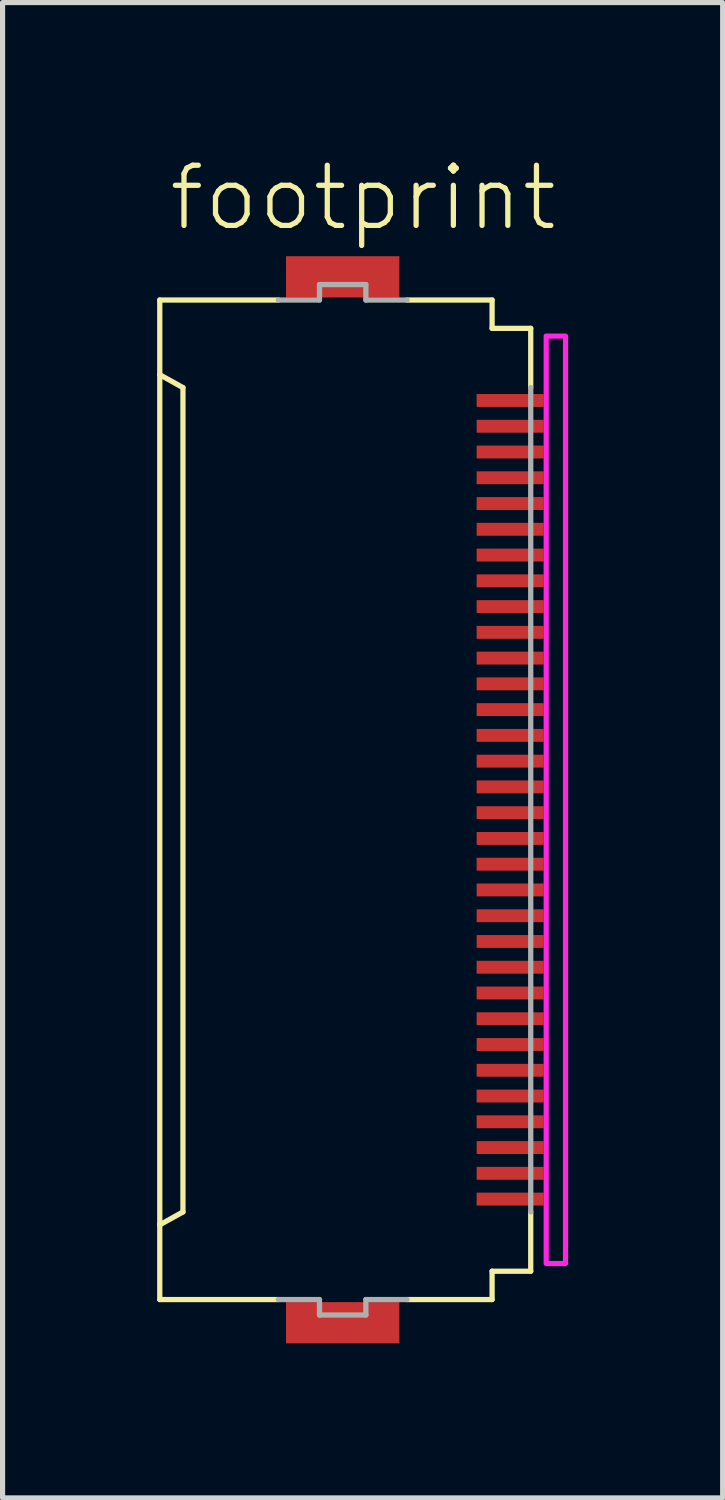
<source format=kicad_pcb>
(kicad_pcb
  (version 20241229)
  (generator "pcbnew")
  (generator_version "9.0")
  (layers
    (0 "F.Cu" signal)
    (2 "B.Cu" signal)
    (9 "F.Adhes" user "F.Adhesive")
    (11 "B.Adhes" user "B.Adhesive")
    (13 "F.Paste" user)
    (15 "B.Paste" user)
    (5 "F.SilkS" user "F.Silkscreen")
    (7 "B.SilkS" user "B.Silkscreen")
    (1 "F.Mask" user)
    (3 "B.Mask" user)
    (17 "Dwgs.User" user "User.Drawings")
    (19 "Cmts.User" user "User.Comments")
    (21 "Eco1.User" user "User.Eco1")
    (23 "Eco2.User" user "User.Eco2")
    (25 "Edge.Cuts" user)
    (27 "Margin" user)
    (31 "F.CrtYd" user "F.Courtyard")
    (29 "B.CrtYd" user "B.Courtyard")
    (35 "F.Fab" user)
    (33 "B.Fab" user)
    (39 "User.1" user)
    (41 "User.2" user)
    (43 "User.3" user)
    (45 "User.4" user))
  (footprint "footprint"
    (layer "F.Cu")
    (at 3.676 12.473)
    (property "Reference" "footprint" (at -3.5 -11 0) (layer "F.SilkS") (effects (font (size 1.168 1.168) (thickness 0.102)) (justify left bottom)))
    (fp_poly (pts (xy 2.475 -7.575) (xy 3.875 -7.575) (xy 3.875 -7.925) (xy 2.475 -7.925)) (stroke (width 0) (type solid)) (fill yes) (layer "F.Mask"))
    (fp_poly (pts (xy 2.475 -7.075) (xy 3.875 -7.075) (xy 3.875 -7.425) (xy 2.475 -7.425)) (stroke (width 0) (type solid)) (fill yes) (layer "F.Mask"))
    (fp_poly (pts (xy 2.475 -6.575) (xy 3.875 -6.575) (xy 3.875 -6.925) (xy 2.475 -6.925)) (stroke (width 0) (type solid)) (fill yes) (layer "F.Mask"))
    (fp_poly (pts (xy 2.475 -6.075) (xy 3.875 -6.075) (xy 3.875 -6.425) (xy 2.475 -6.425)) (stroke (width 0) (type solid)) (fill yes) (layer "F.Mask"))
    (fp_poly (pts (xy 2.475 -5.575) (xy 3.875 -5.575) (xy 3.875 -5.925) (xy 2.475 -5.925)) (stroke (width 0) (type solid)) (fill yes) (layer "F.Mask"))
    (fp_poly (pts (xy 2.475 -5.075) (xy 3.875 -5.075) (xy 3.875 -5.425) (xy 2.475 -5.425)) (stroke (width 0) (type solid)) (fill yes) (layer "F.Mask"))
    (fp_poly (pts (xy 2.475 -4.575) (xy 3.875 -4.575) (xy 3.875 -4.925) (xy 2.475 -4.925)) (stroke (width 0) (type solid)) (fill yes) (layer "F.Mask"))
    (fp_poly (pts (xy 2.475 -4.075) (xy 3.875 -4.075) (xy 3.875 -4.425) (xy 2.475 -4.425)) (stroke (width 0) (type solid)) (fill yes) (layer "F.Mask"))
    (fp_poly (pts (xy 2.475 -3.575) (xy 3.875 -3.575) (xy 3.875 -3.925) (xy 2.475 -3.925)) (stroke (width 0) (type solid)) (fill yes) (layer "F.Mask"))
    (fp_poly (pts (xy 2.475 -3.075) (xy 3.875 -3.075) (xy 3.875 -3.425) (xy 2.475 -3.425)) (stroke (width 0) (type solid)) (fill yes) (layer "F.Mask"))
    (fp_poly (pts (xy 2.475 -2.575) (xy 3.875 -2.575) (xy 3.875 -2.925) (xy 2.475 -2.925)) (stroke (width 0) (type solid)) (fill yes) (layer "F.Mask"))
    (fp_poly (pts (xy 2.475 -2.075) (xy 3.875 -2.075) (xy 3.875 -2.425) (xy 2.475 -2.425)) (stroke (width 0) (type solid)) (fill yes) (layer "F.Mask"))
    (fp_poly (pts (xy 2.475 -1.575) (xy 3.875 -1.575) (xy 3.875 -1.925) (xy 2.475 -1.925)) (stroke (width 0) (type solid)) (fill yes) (layer "F.Mask"))
    (fp_poly (pts (xy 2.475 -1.075) (xy 3.875 -1.075) (xy 3.875 -1.425) (xy 2.475 -1.425)) (stroke (width 0) (type solid)) (fill yes) (layer "F.Mask"))
    (fp_poly (pts (xy 2.475 -0.575) (xy 3.875 -0.575) (xy 3.875 -0.925) (xy 2.475 -0.925)) (stroke (width 0) (type solid)) (fill yes) (layer "F.Mask"))
    (fp_poly (pts (xy 2.475 -0.075) (xy 3.875 -0.075) (xy 3.875 -0.425) (xy 2.475 -0.425)) (stroke (width 0) (type solid)) (fill yes) (layer "F.Mask"))
    (fp_poly (pts (xy 2.475 0.425) (xy 3.875 0.425) (xy 3.875 0.075) (xy 2.475 0.075)) (stroke (width 0) (type solid)) (fill yes) (layer "F.Mask"))
    (fp_poly (pts (xy 2.475 0.925) (xy 3.875 0.925) (xy 3.875 0.575) (xy 2.475 0.575)) (stroke (width 0) (type solid)) (fill yes) (layer "F.Mask"))
    (fp_poly (pts (xy 2.475 1.425) (xy 3.875 1.425) (xy 3.875 1.075) (xy 2.475 1.075)) (stroke (width 0) (type solid)) (fill yes) (layer "F.Mask"))
    (fp_poly (pts (xy 2.475 1.925) (xy 3.875 1.925) (xy 3.875 1.575) (xy 2.475 1.575)) (stroke (width 0) (type solid)) (fill yes) (layer "F.Mask"))
    (fp_poly (pts (xy 2.475 2.425) (xy 3.875 2.425) (xy 3.875 2.075) (xy 2.475 2.075)) (stroke (width 0) (type solid)) (fill yes) (layer "F.Mask"))
    (fp_poly (pts (xy 2.475 2.925) (xy 3.875 2.925) (xy 3.875 2.575) (xy 2.475 2.575)) (stroke (width 0) (type solid)) (fill yes) (layer "F.Mask"))
    (fp_poly (pts (xy 2.475 3.425) (xy 3.875 3.425) (xy 3.875 3.075) (xy 2.475 3.075)) (stroke (width 0) (type solid)) (fill yes) (layer "F.Mask"))
    (fp_poly (pts (xy 2.475 3.925) (xy 3.875 3.925) (xy 3.875 3.575) (xy 2.475 3.575)) (stroke (width 0) (type solid)) (fill yes) (layer "F.Mask"))
    (fp_poly (pts (xy 2.475 4.425) (xy 3.875 4.425) (xy 3.875 4.075) (xy 2.475 4.075)) (stroke (width 0) (type solid)) (fill yes) (layer "F.Mask"))
    (fp_poly (pts (xy 2.475 4.925) (xy 3.875 4.925) (xy 3.875 4.575) (xy 2.475 4.575)) (stroke (width 0) (type solid)) (fill yes) (layer "F.Mask"))
    (fp_poly (pts (xy 2.475 5.425) (xy 3.875 5.425) (xy 3.875 5.075) (xy 2.475 5.075)) (stroke (width 0) (type solid)) (fill yes) (layer "F.Mask"))
    (fp_poly (pts (xy 2.475 5.925) (xy 3.875 5.925) (xy 3.875 5.575) (xy 2.475 5.575)) (stroke (width 0) (type solid)) (fill yes) (layer "F.Mask"))
    (fp_poly (pts (xy 2.475 6.425) (xy 3.875 6.425) (xy 3.875 6.075) (xy 2.475 6.075)) (stroke (width 0) (type solid)) (fill yes) (layer "F.Mask"))
    (fp_poly (pts (xy 2.475 6.925) (xy 3.875 6.925) (xy 3.875 6.575) (xy 2.475 6.575)) (stroke (width 0) (type solid)) (fill yes) (layer "F.Mask"))
    (fp_poly (pts (xy 2.475 7.425) (xy 3.875 7.425) (xy 3.875 7.075) (xy 2.475 7.075)) (stroke (width 0) (type solid)) (fill yes) (layer "F.Mask"))
    (fp_poly (pts (xy 2.475 7.925) (xy 3.875 7.925) (xy 3.875 7.575) (xy 2.475 7.575)) (stroke (width 0) (type solid)) (fill yes) (layer "F.Mask"))
    (fp_line (start -3.625 -9.7) (end -1.325 -9.7) (stroke (width 0.102) (type solid)) (layer "F.SilkS"))
    (fp_line (start -3.625 -8.25) (end -3.625 -9.7) (stroke (width 0.102) (type solid)) (layer "F.SilkS"))
    (fp_line (start -3.625 -8.25) (end -3.625 8.25) (stroke (width 0.102) (type solid)) (layer "F.SilkS"))
    (fp_line (start -3.625 8.25) (end -3.175 8) (stroke (width 0.102) (type solid)) (layer "F.SilkS"))
    (fp_line (start -3.625 9.7) (end -3.625 8.25) (stroke (width 0.102) (type solid)) (layer "F.SilkS"))
    (fp_line (start -3.175 -8) (end -3.625 -8.25) (stroke (width 0.102) (type solid)) (layer "F.SilkS"))
    (fp_line (start -3.175 8) (end -3.175 -8) (stroke (width 0.102) (type solid)) (layer "F.SilkS"))
    (fp_line (start -1.325 9.7) (end -3.625 9.7) (stroke (width 0.102) (type solid)) (layer "F.SilkS"))
    (fp_line (start 1.175 -9.7) (end 2.825 -9.7) (stroke (width 0.102) (type solid)) (layer "F.SilkS"))
    (fp_line (start 1.175 9.7) (end 2.825 9.7) (stroke (width 0.102) (type solid)) (layer "F.SilkS"))
    (fp_line (start 2.825 -9.7) (end 2.825 -9.15) (stroke (width 0.102) (type solid)) (layer "F.SilkS"))
    (fp_line (start 2.825 -9.15) (end 3.575 -9.15) (stroke (width 0.102) (type solid)) (layer "F.SilkS"))
    (fp_line (start 2.825 9.15) (end 2.825 9.7) (stroke (width 0.102) (type solid)) (layer "F.SilkS"))
    (fp_line (start 2.825 9.15) (end 3.575 9.15) (stroke (width 0.102) (type solid)) (layer "F.SilkS"))
    (fp_line (start 3.575 -9.15) (end 3.575 -8) (stroke (width 0.102) (type solid)) (layer "F.SilkS"))
    (fp_line (start 3.575 8) (end 3.575 9.15) (stroke (width 0.102) (type solid)) (layer "F.SilkS"))
    (fp_poly (pts (xy 3.875 9) (xy 4.25 9) (xy 4.25 -9) (xy 3.875 -9)) (stroke (width 0.1) (type solid)) (fill no) (layer "F.CrtYd"))
    (fp_line (start -1.325 -9.7) (end -0.525 -9.7) (stroke (width 0.102) (type solid)) (layer "F.Fab"))
    (fp_line (start -0.525 -10) (end 0.375 -10) (stroke (width 0.102) (type solid)) (layer "F.Fab"))
    (fp_line (start -0.525 -9.7) (end -0.525 -10) (stroke (width 0.102) (type solid)) (layer "F.Fab"))
    (fp_line (start -0.525 9.7) (end -1.325 9.7) (stroke (width 0.102) (type solid)) (layer "F.Fab"))
    (fp_line (start -0.525 10) (end -0.525 9.7) (stroke (width 0.102) (type solid)) (layer "F.Fab"))
    (fp_line (start 0.375 -10) (end 0.375 -9.7) (stroke (width 0.102) (type solid)) (layer "F.Fab"))
    (fp_line (start 0.375 -9.7) (end 1.175 -9.7) (stroke (width 0.102) (type solid)) (layer "F.Fab"))
    (fp_line (start 0.375 9.7) (end 0.375 10) (stroke (width 0.102) (type solid)) (layer "F.Fab"))
    (fp_line (start 0.375 10) (end -0.525 10) (stroke (width 0.102) (type solid)) (layer "F.Fab"))
    (fp_line (start 1.175 9.7) (end 0.375 9.7) (stroke (width 0.102) (type solid)) (layer "F.Fab"))
    (fp_line (start 3.575 -8) (end 3.575 8) (stroke (width 0.102) (type solid)) (layer "F.Fab"))
    (pad "1" smd rect (at 3.175 -7.75) (size 1.3 0.25) (layers "F.Cu" "F.Paste"))
    (pad "2" smd rect (at 3.175 -7.25) (size 1.3 0.25) (layers "F.Cu" "F.Paste"))
    (pad "3" smd rect (at 3.175 -6.75) (size 1.3 0.25) (layers "F.Cu" "F.Paste"))
    (pad "4" smd rect (at 3.175 -6.25) (size 1.3 0.25) (layers "F.Cu" "F.Paste"))
    (pad "5" smd rect (at 3.175 -5.75) (size 1.3 0.25) (layers "F.Cu" "F.Paste"))
    (pad "6" smd rect (at 3.175 -5.25) (size 1.3 0.25) (layers "F.Cu" "F.Paste"))
    (pad "7" smd rect (at 3.175 -4.75) (size 1.3 0.25) (layers "F.Cu" "F.Paste"))
    (pad "8" smd rect (at 3.175 -4.25) (size 1.3 0.25) (layers "F.Cu" "F.Paste"))
    (pad "9" smd rect (at 3.175 -3.75) (size 1.3 0.25) (layers "F.Cu" "F.Paste"))
    (pad "10" smd rect (at 3.175 -3.25) (size 1.3 0.25) (layers "F.Cu" "F.Paste"))
    (pad "11" smd rect (at 3.175 -2.75) (size 1.3 0.25) (layers "F.Cu" "F.Paste"))
    (pad "12" smd rect (at 3.175 -2.25) (size 1.3 0.25) (layers "F.Cu" "F.Paste"))
    (pad "13" smd rect (at 3.175 -1.75) (size 1.3 0.25) (layers "F.Cu" "F.Paste"))
    (pad "14" smd rect (at 3.175 -1.25) (size 1.3 0.25) (layers "F.Cu" "F.Paste"))
    (pad "15" smd rect (at 3.175 -0.75) (size 1.3 0.25) (layers "F.Cu" "F.Paste"))
    (pad "16" smd rect (at 3.175 -0.25) (size 1.3 0.25) (layers "F.Cu" "F.Paste"))
    (pad "17" smd rect (at 3.175 0.25) (size 1.3 0.25) (layers "F.Cu" "F.Paste"))
    (pad "18" smd rect (at 3.175 0.75) (size 1.3 0.25) (layers "F.Cu" "F.Paste"))
    (pad "19" smd rect (at 3.175 1.25) (size 1.3 0.25) (layers "F.Cu" "F.Paste"))
    (pad "20" smd rect (at 3.175 1.75) (size 1.3 0.25) (layers "F.Cu" "F.Paste"))
    (pad "21" smd rect (at 3.175 2.25) (size 1.3 0.25) (layers "F.Cu" "F.Paste"))
    (pad "22" smd rect (at 3.175 2.75) (size 1.3 0.25) (layers "F.Cu" "F.Paste"))
    (pad "23" smd rect (at 3.175 3.25) (size 1.3 0.25) (layers "F.Cu" "F.Paste"))
    (pad "24" smd rect (at 3.175 3.75) (size 1.3 0.25) (layers "F.Cu" "F.Paste"))
    (pad "25" smd rect (at 3.175 4.25) (size 1.3 0.25) (layers "F.Cu" "F.Paste"))
    (pad "26" smd rect (at 3.175 4.75) (size 1.3 0.25) (layers "F.Cu" "F.Paste"))
    (pad "27" smd rect (at 3.175 5.25) (size 1.3 0.25) (layers "F.Cu" "F.Paste"))
    (pad "28" smd rect (at 3.175 5.75) (size 1.3 0.25) (layers "F.Cu" "F.Paste"))
    (pad "29" smd rect (at 3.175 6.25) (size 1.3 0.25) (layers "F.Cu" "F.Paste"))
    (pad "30" smd rect (at 3.175 6.75) (size 1.3 0.25) (layers "F.Cu" "F.Paste"))
    (pad "31" smd rect (at 3.175 7.25) (size 1.3 0.25) (layers "F.Cu" "F.Paste"))
    (pad "32" smd rect (at 3.175 7.75) (size 1.3 0.25) (layers "F.Cu" "F.Paste"))
    (pad "M1" smd rect (at -0.075 -10.15) (size 2.2 0.8) (layers "F.Cu" "F.Mask" "F.Paste"))
    (pad "M2" smd rect (at -0.075 10.15) (size 2.2 0.8) (layers "F.Cu" "F.Mask" "F.Paste"))
    (zone (net_name "") (layers "F.Cu" "B.Cu") (hatch edge 0.508) (connect_pads) (min_thickness 0.254) (filled_areas_thickness no) (keepout (tracks allowed) (vias not_allowed) (pads allowed) (copperpour allowed) (footprints allowed)) (placement (enabled no)) (fill) (polygon (pts (xy 3.901 20.473) (xy 6.151 20.473) (xy 6.151 4.473) (xy 3.901 4.473)))))
  (gr_rect
    (start -3 -3)
    (end 10.976 26.023)
    (stroke (width 0.1) (type default))
    (fill no)
    (layer "Edge.Cuts")))
</source>
